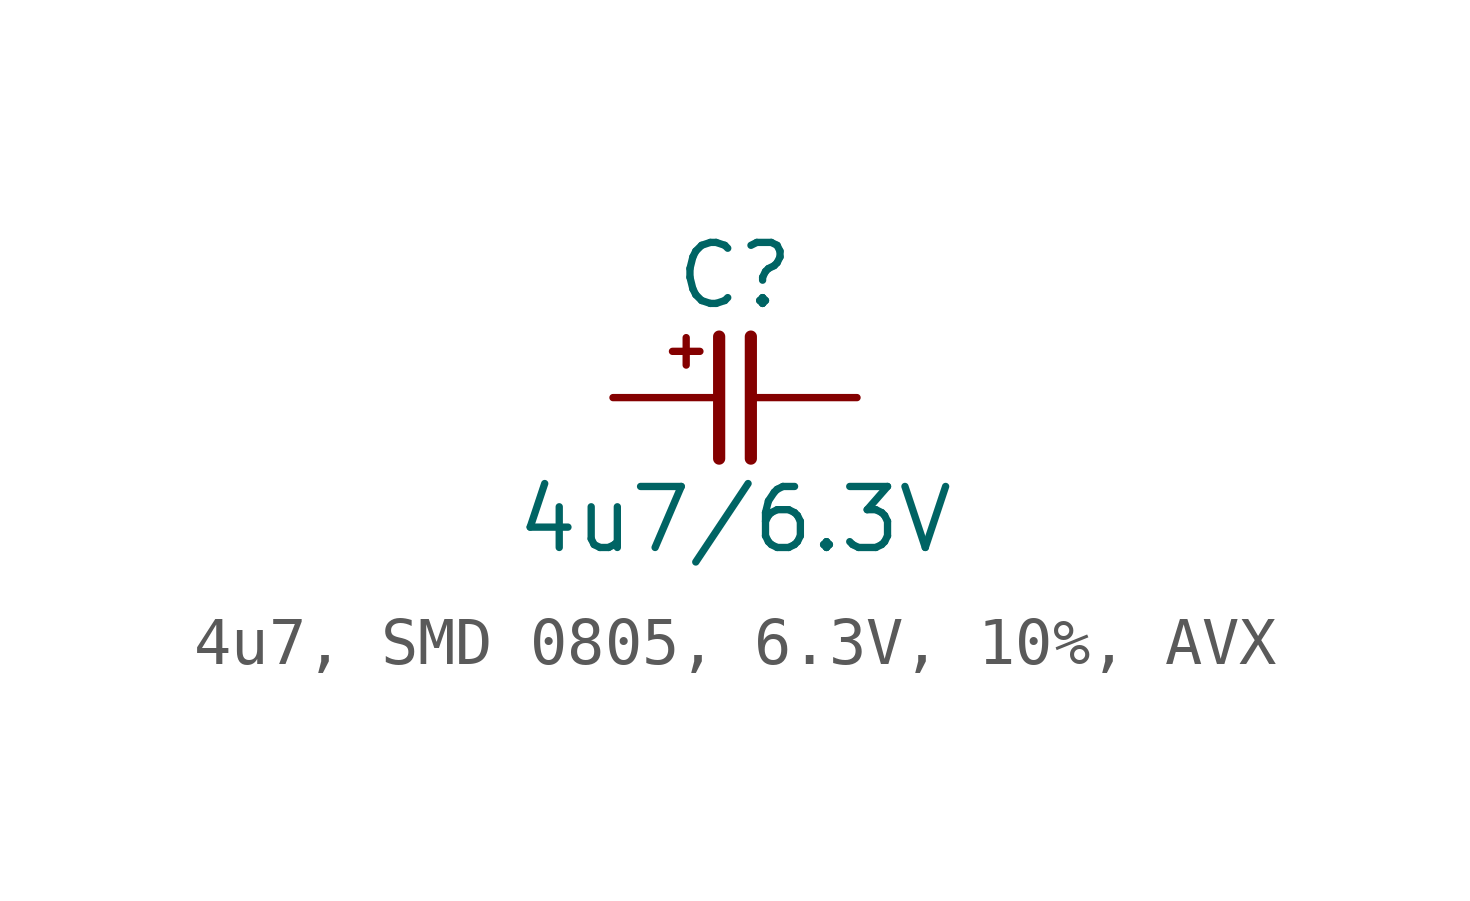
<source format=kicad_sym>
(kicad_symbol_lib
  (version 20231120)
  (generator "kicad_symbol_editor")
  (generator_version "8.0")
  (symbol "4u7, SMD 0805, 6.3V, 10%, AVX"
    (pin_numbers hide)
    (pin_names
      (offset 0) hide)
    (property "Reference" "C"
      (at 0 2.54 0)
      (effects (font (size 1.27 1.27))))
    (property "Value" "4u7/6.3V"
      (at 0 -2.54 0)
      (effects (font (size 1.27 1.27))))
    (symbol "4u7, SMD 0805, 6.3V, 10%, AVX_0_0"
      (text "+" (at -1.016 1.016 0) (effects (font (size 0.75 0.75)))))
    (symbol "4u7, SMD 0805, 6.3V, 10%, AVX_0_1"
      (polyline (pts (xy -0.33 1.27) (xy -0.33 -1.27)) (stroke (width 0.254) (type default)) (fill (type none)))
      (polyline (pts (xy 0.33 1.27) (xy 0.33 -1.27)) (stroke (width 0.254) (type default)) (fill (type none))))
    (symbol "4u7, SMD 0805, 6.3V, 10%, AVX_1_1"
      (pin passive line (at -2.54 0 0) (length 2.21) (name "1" (effects (font (size 1.27 1.27)))) (number "1" (effects (font (size 1.27 1.27)))))
      (pin passive line (at 2.54 0 180) (length 2.21) (name "2" (effects (font (size 1.27 1.27)))) (number "2" (effects (font (size 1.27 1.27))))))))
</source>
